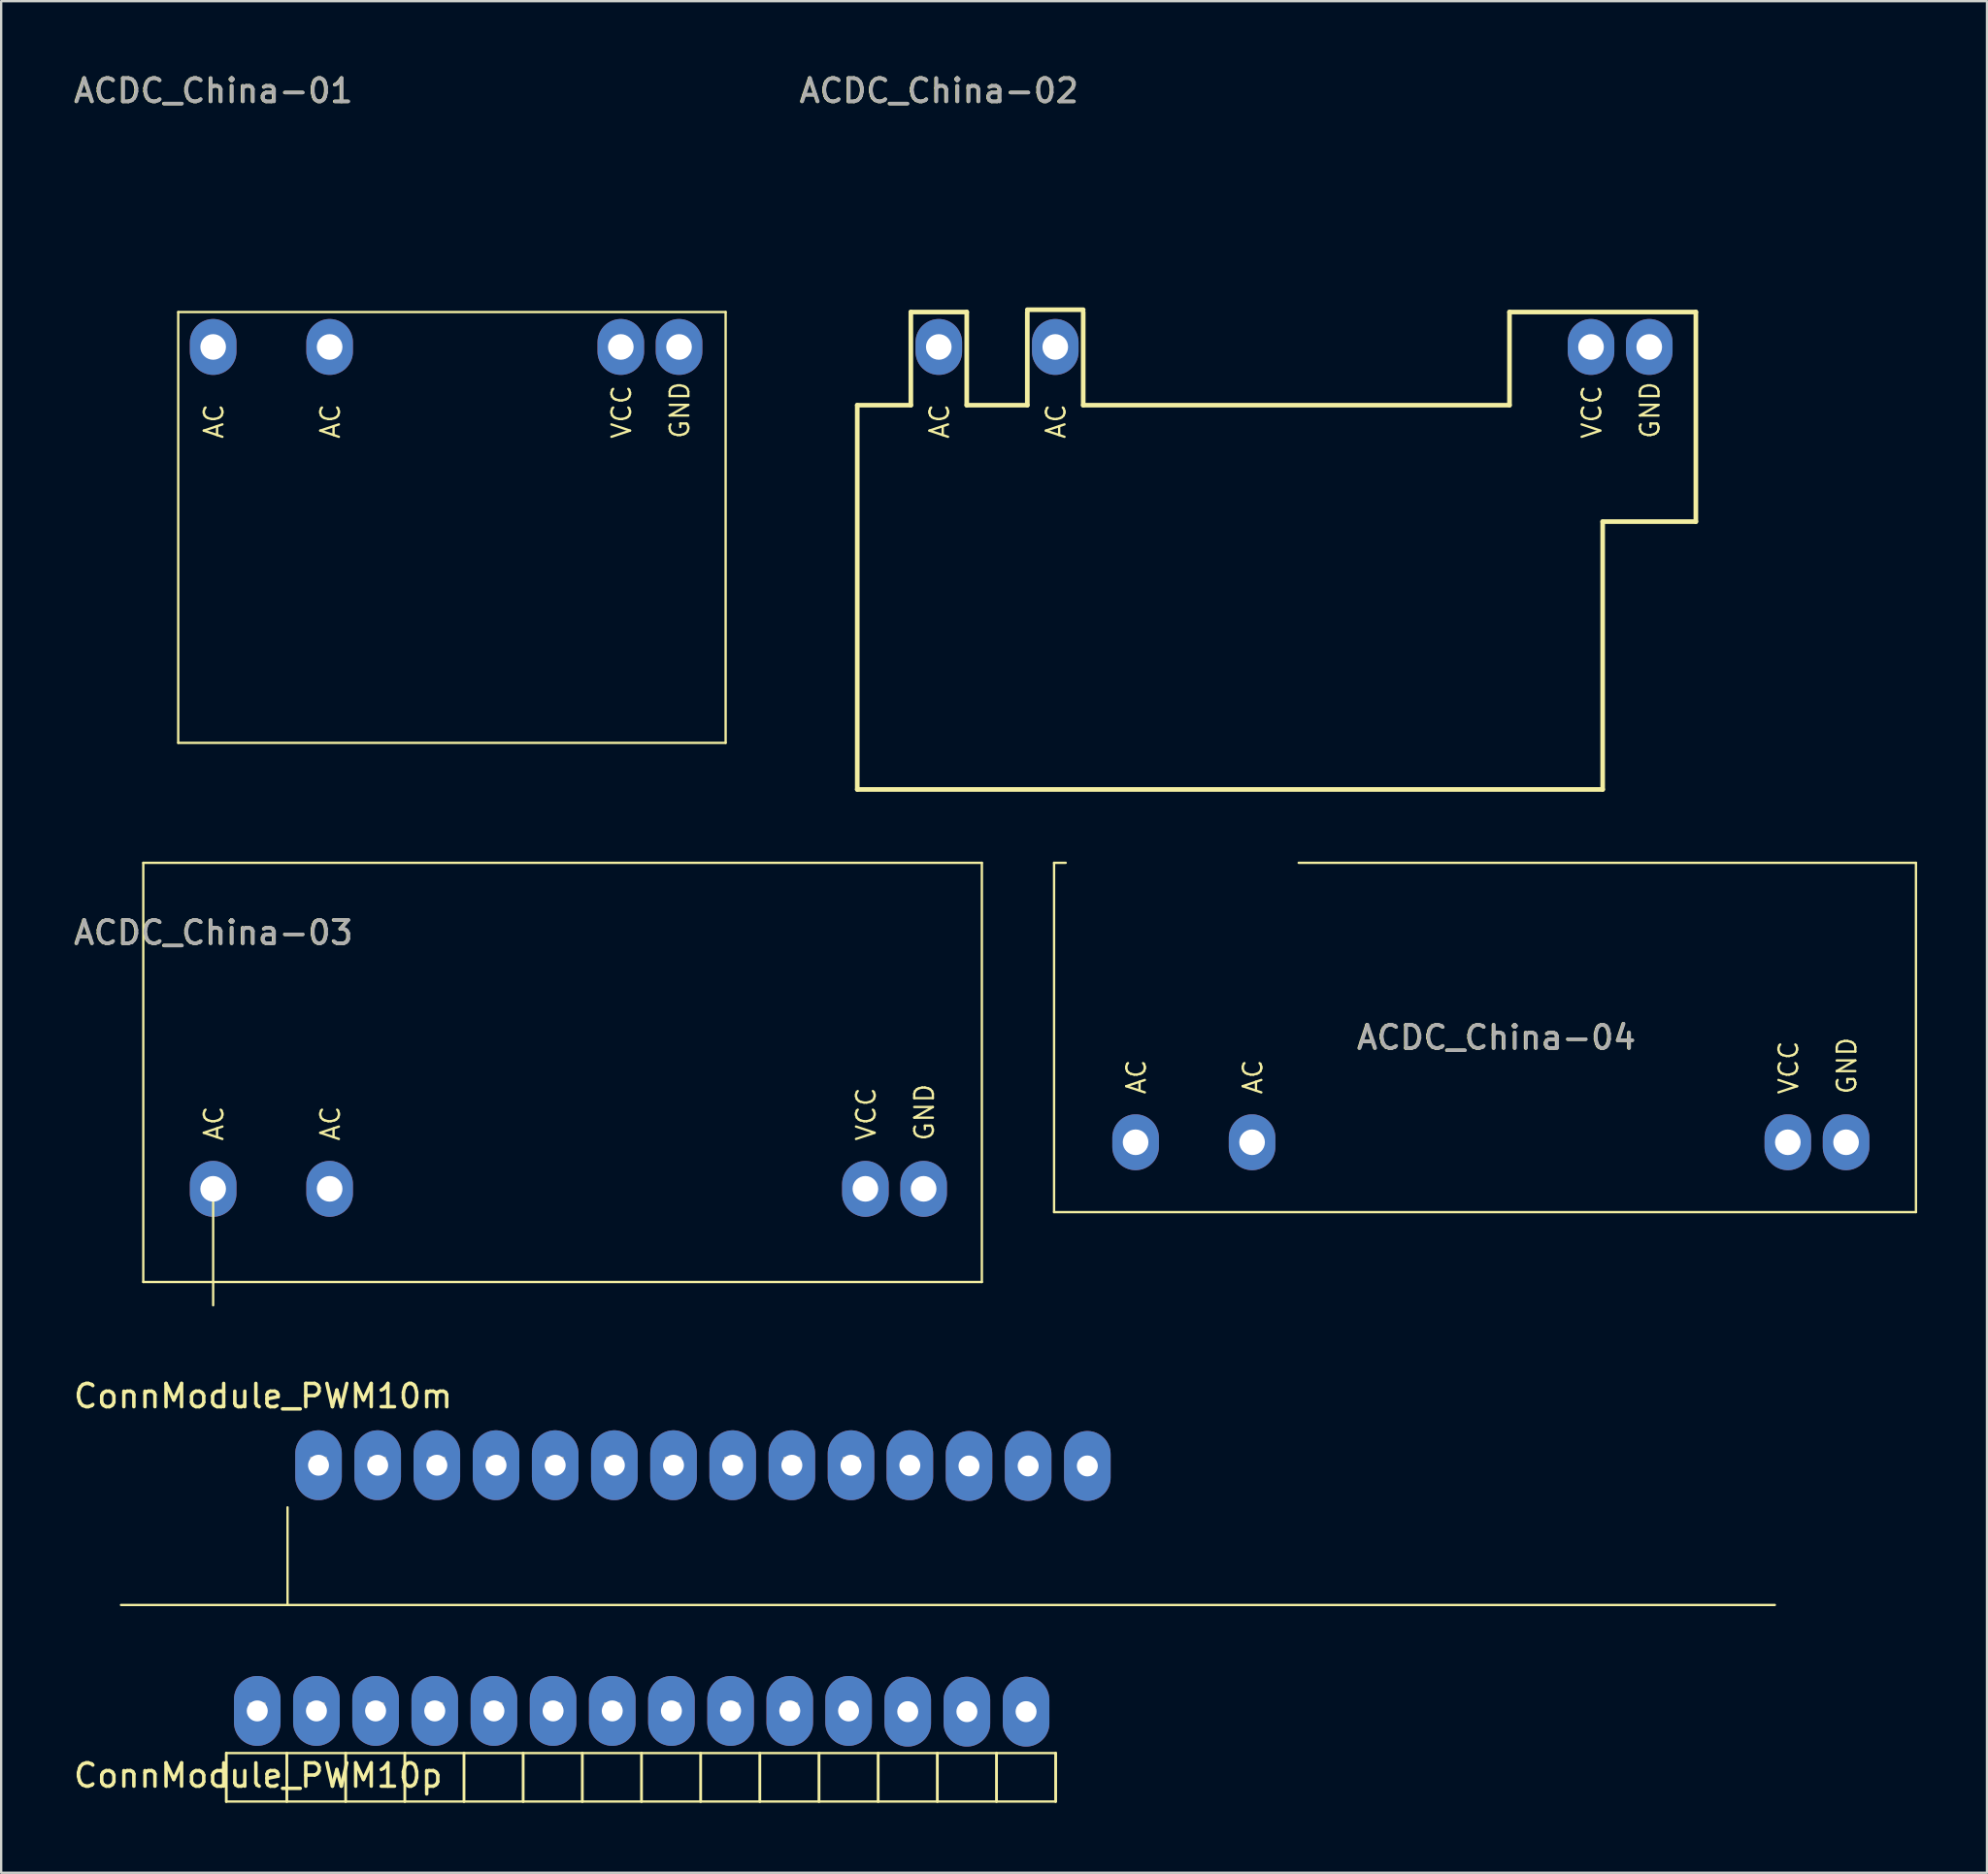
<source format=kicad_pcb>
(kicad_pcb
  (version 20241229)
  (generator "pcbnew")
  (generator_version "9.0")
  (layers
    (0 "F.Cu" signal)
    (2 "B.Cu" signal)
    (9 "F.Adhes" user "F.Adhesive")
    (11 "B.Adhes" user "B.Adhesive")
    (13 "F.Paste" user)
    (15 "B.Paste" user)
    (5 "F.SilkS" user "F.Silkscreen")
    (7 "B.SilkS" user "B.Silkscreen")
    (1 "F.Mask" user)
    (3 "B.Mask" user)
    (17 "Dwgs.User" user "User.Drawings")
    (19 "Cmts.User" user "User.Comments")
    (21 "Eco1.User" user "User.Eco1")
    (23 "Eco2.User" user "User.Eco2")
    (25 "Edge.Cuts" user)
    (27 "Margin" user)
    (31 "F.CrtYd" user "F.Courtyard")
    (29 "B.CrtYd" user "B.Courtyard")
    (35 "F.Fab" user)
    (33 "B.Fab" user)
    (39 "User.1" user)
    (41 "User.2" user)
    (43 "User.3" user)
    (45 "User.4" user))
  (footprint "ACDC_China-04"
    (layer "F.Cu")
    (at 61.201 41.498)
    (property "Reference" "ACDC_China-04" (at -0.02 0 180) (layer "F.SilkS") (effects (font (size 1 1) (thickness 0.15))))
    (attr through_hole)
    (fp_line (start -19 7.5) (end -19 -7.5) (stroke (width 0.1) (type default)) (layer "F.SilkS"))
    (fp_line (start -19 7.5) (end 18 7.5) (stroke (width 0.1) (type default)) (layer "F.SilkS"))
    (fp_line (start -18.5 -7.5) (end -19 -7.5) (stroke (width 0.1) (type default)) (layer "F.SilkS"))
    (fp_line (start -8.5 -7.5) (end 18 -7.5) (stroke (width 0.1) (type default)) (layer "F.SilkS"))
    (fp_line (start 18 -7.5) (end 18 7.5) (stroke (width 0.1) (type default)) (layer "F.SilkS"))
    (fp_text user "AC" (at -15 2.5 90) (unlocked yes) (layer "F.SilkS") (effects (font (size 0.8 0.8) (thickness 0.1)) (justify left bottom)))
    (fp_text user "GND" (at 15.5 2.5 90) (unlocked yes) (layer "F.SilkS") (effects (font (size 0.8 0.8) (thickness 0.1)) (justify left bottom)))
    (fp_text user "AC" (at -10 2.5 90) (unlocked yes) (layer "F.SilkS") (effects (font (size 0.8 0.8) (thickness 0.1)) (justify left bottom)))
    (fp_text user "VCC" (at 13 2.5 90) (unlocked yes) (layer "F.SilkS") (effects (font (size 0.8 0.8) (thickness 0.1)) (justify left bottom)))
    (fp_text user "${REFERENCE}" (at 0 0 180) (layer "F.Fab") (effects (font (size 1 1) (thickness 0.15))))
    (pad "1" thru_hole oval (at -15.5 4.5 90) (size 2.4 2) (drill 1.1) (layers "*.Cu" "*.Mask"))
    (pad "2" thru_hole oval (at -10.5 4.5 90) (size 2.4 2) (drill 1.1) (layers "*.Cu" "*.Mask"))
    (pad "3" thru_hole oval (at 12.5 4.5 90) (size 2.4 2) (drill 1.1) (layers "*.Cu" "*.Mask"))
    (pad "4" thru_hole oval (at 15 4.5 90) (size 2.4 2) (drill 1.1) (layers "*.Cu" "*.Mask")))
  (footprint "ACDC_China-02"
    (layer "F.Cu")
    (at 37.252 11.848)
    (property "Reference" "ACDC_China-02" (at 0 -11 180) (layer "F.SilkS") (effects (font (size 1 1) (thickness 0.15))))
    (attr through_hole)
    (fp_line (start -3.5 2.5) (end -3.5 19) (stroke (width 0.2) (type solid)) (layer "F.SilkS"))
    (fp_line (start -3.5 19) (end 28.5 19) (stroke (width 0.2) (type solid)) (layer "F.SilkS"))
    (fp_line (start -1.2 -1.5) (end -1.2 2.5) (stroke (width 0.2) (type solid)) (layer "F.SilkS"))
    (fp_line (start -1.2 -1.5) (end 1.2 -1.5) (stroke (width 0.2) (type solid)) (layer "F.SilkS"))
    (fp_line (start -1.2 2.5) (end -3.5 2.5) (stroke (width 0.2) (type solid)) (layer "F.SilkS"))
    (fp_line (start 1.2 -1.5) (end 1.2 2.5) (stroke (width 0.2) (type solid)) (layer "F.SilkS"))
    (fp_line (start 1.2 2.5) (end 3.8 2.5) (stroke (width 0.2) (type solid)) (layer "F.SilkS"))
    (fp_line (start 3.8 -1.6) (end 6.2 -1.6) (stroke (width 0.2) (type solid)) (layer "F.SilkS"))
    (fp_line (start 3.8 -1.5) (end 3.8 2.5) (stroke (width 0.2) (type solid)) (layer "F.SilkS"))
    (fp_line (start 6.2 -1.5) (end 6.2 2.5) (stroke (width 0.2) (type solid)) (layer "F.SilkS"))
    (fp_line (start 6.2 2.5) (end 24.5 2.5) (stroke (width 0.2) (type solid)) (layer "F.SilkS"))
    (fp_line (start 24.5 -1.5) (end 24.5 2.5) (stroke (width 0.2) (type solid)) (layer "F.SilkS"))
    (fp_line (start 28.5 7.5) (end 28.5 19) (stroke (width 0.2) (type solid)) (layer "F.SilkS"))
    (fp_line (start 28.5 7.5) (end 32.5 7.5) (stroke (width 0.2) (type solid)) (layer "F.SilkS"))
    (fp_line (start 32.5 -1.5) (end 24.5 -1.5) (stroke (width 0.2) (type solid)) (layer "F.SilkS"))
    (fp_line (start 32.5 -1.5) (end 32.5 7.5) (stroke (width 0.2) (type solid)) (layer "F.SilkS"))
    (fp_text user "GND" (at 31 4 90) (unlocked yes) (layer "F.SilkS") (effects (font (size 0.8 0.8) (thickness 0.1)) (justify left bottom)))
    (fp_text user "AC" (at 0.5 4 90) (unlocked yes) (layer "F.SilkS") (effects (font (size 0.8 0.8) (thickness 0.1)) (justify left bottom)))
    (fp_text user "VCC" (at 28.5 4 90) (unlocked yes) (layer "F.SilkS") (effects (font (size 0.8 0.8) (thickness 0.1)) (justify left bottom)))
    (fp_text user "AC" (at 5.5 4 90) (unlocked yes) (layer "F.SilkS") (effects (font (size 0.8 0.8) (thickness 0.1)) (justify left bottom)))
    (fp_text user "${REFERENCE}" (at 0.02 -11 180) (layer "F.Fab") (effects (font (size 1 1) (thickness 0.15))))
    (pad "1" thru_hole oval (at 0 0 90) (size 2.4 2) (drill 1.1) (layers "*.Cu" "*.Mask"))
    (pad "2" thru_hole oval (at 5 0 90) (size 2.4 2) (drill 1.1) (layers "*.Cu" "*.Mask"))
    (pad "3" thru_hole oval (at 28 0 90) (size 2.4 2) (drill 1.1) (layers "*.Cu" "*.Mask"))
    (pad "4" thru_hole oval (at 30.5 0 90) (size 2.4 2) (drill 1.1) (layers "*.Cu" "*.Mask")))
  (footprint "ACDC_China-01"
    (layer "F.Cu")
    (at 6.101 11.848)
    (property "Reference" "ACDC_China-01" (at 0 -11 180) (layer "F.SilkS") (effects (font (size 1 1) (thickness 0.15))))
    (attr through_hole)
    (fp_line (start -1.5 -1.5) (end -1.5 17) (stroke (width 0.1) (type default)) (layer "F.SilkS"))
    (fp_line (start -1.5 17) (end 22 17) (stroke (width 0.1) (type default)) (layer "F.SilkS"))
    (fp_line (start 22 -1.5) (end -1.5 -1.5) (stroke (width 0.1) (type default)) (layer "F.SilkS"))
    (fp_line (start 22 17) (end 22 -1.5) (stroke (width 0.1) (type default)) (layer "F.SilkS"))
    (fp_text user "AC" (at 5.5 4 90) (unlocked yes) (layer "F.SilkS") (effects (font (size 0.8 0.8) (thickness 0.1)) (justify left bottom)))
    (fp_text user "GND" (at 20.5 4 90) (unlocked yes) (layer "F.SilkS") (effects (font (size 0.8 0.8) (thickness 0.1)) (justify left bottom)))
    (fp_text user "VCC" (at 18 4 90) (unlocked yes) (layer "F.SilkS") (effects (font (size 0.8 0.8) (thickness 0.1)) (justify left bottom)))
    (fp_text user "AC" (at 0.5 4 90) (unlocked yes) (layer "F.SilkS") (effects (font (size 0.8 0.8) (thickness 0.1)) (justify left bottom)))
    (fp_text user "${REFERENCE}" (at 0.02 -11 180) (layer "F.Fab") (effects (font (size 1 1) (thickness 0.15))))
    (pad "1" thru_hole oval (at 0 0 90) (size 2.4 2) (drill 1.1) (layers "*.Cu" "*.Mask"))
    (pad "2" thru_hole oval (at 5 0 90) (size 2.4 2) (drill 1.1) (layers "*.Cu" "*.Mask"))
    (pad "3" thru_hole oval (at 17.5 0 90) (size 2.4 2) (drill 1.1) (layers "*.Cu" "*.Mask"))
    (pad "4" thru_hole oval (at 20 0 90) (size 2.4 2) (drill 1.1) (layers "*.Cu" "*.Mask")))
  (footprint "ConnModule_PWM10p"
    (layer "F.Cu")
    (at 19.409 70.447)
    (property "Reference" "ConnModule_PWM10p" (at -11.379 2.743 0) (layer "F.SilkS") (effects (font (size 1 1) (thickness 0.15))))
    (attr through_hole)
    (fp_line (start -12.745 3.861) (end -12.745 1.778) (stroke (width 0.12) (type solid)) (layer "F.SilkS"))
    (fp_line (start -12.745 3.861) (end 22.86 3.861) (stroke (width 0.1) (type default)) (layer "F.SilkS"))
    (fp_line (start -10.145 1.778) (end -10.145 3.861) (stroke (width 0.12) (type solid)) (layer "F.SilkS"))
    (fp_line (start -7.62 1.778) (end -7.62 3.861) (stroke (width 0.12) (type solid)) (layer "F.SilkS"))
    (fp_line (start -5.08 1.778) (end -5.08 3.861) (stroke (width 0.12) (type solid)) (layer "F.SilkS"))
    (fp_line (start -2.54 1.778) (end -2.54 3.861) (stroke (width 0.12) (type solid)) (layer "F.SilkS"))
    (fp_line (start 0 1.778) (end 0 3.861) (stroke (width 0.12) (type solid)) (layer "F.SilkS"))
    (fp_line (start 2.54 1.778) (end 2.54 3.861) (stroke (width 0.12) (type solid)) (layer "F.SilkS"))
    (fp_line (start 5.08 1.778) (end 5.08 3.861) (stroke (width 0.12) (type solid)) (layer "F.SilkS"))
    (fp_line (start 7.62 1.778) (end 7.62 3.861) (stroke (width 0.12) (type solid)) (layer "F.SilkS"))
    (fp_line (start 10.16 1.778) (end 10.16 3.861) (stroke (width 0.12) (type solid)) (layer "F.SilkS"))
    (fp_line (start 12.7 1.778) (end 12.7 3.861) (stroke (width 0.12) (type solid)) (layer "F.SilkS"))
    (fp_line (start 15.24 1.778) (end 15.24 3.861) (stroke (width 0.12) (type solid)) (layer "F.SilkS"))
    (fp_line (start 17.78 1.778) (end 17.78 3.861) (stroke (width 0.12) (type solid)) (layer "F.SilkS"))
    (fp_line (start 20.32 1.778) (end 20.32 3.861) (stroke (width 0.12) (type solid)) (layer "F.SilkS"))
    (fp_line (start 22.86 1.778) (end -12.745 1.778) (stroke (width 0.1) (type default)) (layer "F.SilkS"))
    (fp_line (start 22.86 1.778) (end 22.86 3.861) (stroke (width 0.12) (type solid)) (layer "F.SilkS"))
    (fp_line (start -11.735 -0.351) (end -11.095 -0.351) (stroke (width 0.1) (type solid)) (layer "F.Fab"))
    (fp_line (start -9.195 -0.351) (end -8.555 -0.351) (stroke (width 0.1) (type solid)) (layer "F.Fab"))
    (fp_line (start -6.655 -0.351) (end -6.015 -0.351) (stroke (width 0.1) (type solid)) (layer "F.Fab"))
    (fp_line (start -4.115 -0.351) (end -3.475 -0.351) (stroke (width 0.1) (type solid)) (layer "F.Fab"))
    (fp_line (start -1.575 -0.351) (end -0.935 -0.351) (stroke (width 0.1) (type solid)) (layer "F.Fab"))
    (fp_line (start 0.965 -0.351) (end 1.605 -0.351) (stroke (width 0.1) (type solid)) (layer "F.Fab"))
    (fp_line (start 3.505 -0.351) (end 4.145 -0.351) (stroke (width 0.1) (type solid)) (layer "F.Fab"))
    (fp_line (start 6.045 -0.351) (end 6.685 -0.351) (stroke (width 0.1) (type solid)) (layer "F.Fab"))
    (fp_line (start 8.585 -0.351) (end 9.225 -0.351) (stroke (width 0.1) (type solid)) (layer "F.Fab"))
    (fp_line (start 11.125 -0.351) (end 11.765 -0.351) (stroke (width 0.1) (type solid)) (layer "F.Fab"))
    (pad "1" thru_hole oval (at -11.415 -0.031 90) (size 3 2) (drill 0.9) (layers "*.Cu" "*.Mask"))
    (pad "2" thru_hole oval (at -8.875 -0.031 90) (size 3 2) (drill 0.9) (layers "*.Cu" "*.Mask"))
    (pad "3" thru_hole oval (at -6.335 -0.031 90) (size 3 2) (drill 0.9) (layers "*.Cu" "*.Mask"))
    (pad "4" thru_hole oval (at -3.795 -0.031 90) (size 3 2) (drill 0.9) (layers "*.Cu" "*.Mask"))
    (pad "5" thru_hole oval (at -1.255 -0.031 90) (size 3 2) (drill 0.9) (layers "*.Cu" "*.Mask"))
    (pad "6" thru_hole oval (at 1.285 -0.031 90) (size 3 2) (drill 0.9) (layers "*.Cu" "*.Mask"))
    (pad "7" thru_hole oval (at 3.825 -0.031 90) (size 3 2) (drill 0.9) (layers "*.Cu" "*.Mask"))
    (pad "8" thru_hole oval (at 6.365 -0.031 90) (size 3 2) (drill 0.9) (layers "*.Cu" "*.Mask"))
    (pad "9" thru_hole oval (at 8.905 -0.031 90) (size 3 2) (drill 0.9) (layers "*.Cu" "*.Mask"))
    (pad "10" thru_hole oval (at 11.445 -0.031 90) (size 3 2) (drill 0.9) (layers "*.Cu" "*.Mask"))
    (pad "11" thru_hole oval (at 13.97 -0.031 90) (size 3 2) (drill 0.9) (layers "*.Cu" "*.Mask"))
    (pad "12" thru_hole oval (at 16.51 0 90) (size 3 2) (drill 0.9) (layers "*.Cu" "*.Mask"))
    (pad "13" thru_hole oval (at 19.05 0 90) (size 3 2) (drill 0.9) (layers "*.Cu" "*.Mask"))
    (pad "14" thru_hole oval (at 21.59 0 90) (size 3 2) (drill 0.9) (layers "*.Cu" "*.Mask")))
  (footprint "ConnModule_PWM10m"
    (layer "F.Cu")
    (at 22.244 59.897)
    (property "Reference" "ConnModule_PWM10m" (at -14 -3 0) (layer "F.SilkS") (effects (font (size 1 1) (thickness 0.15))))
    (attr through_hole)
    (fp_line (start -12.95 1.778) (end -12.95 5.969) (stroke (width 0.1) (type default)) (layer "F.SilkS"))
    (fp_line (start -12.95 5.969) (end -20.1 5.969) (stroke (width 0.1) (type default)) (layer "F.SilkS"))
    (fp_line (start 50.9 5.969) (end -12.95 5.969) (stroke (width 0.1) (type default)) (layer "F.SilkS"))
    (fp_line (start -11.94 -0.351) (end -11.3 -0.351) (stroke (width 0.1) (type solid)) (layer "F.Fab"))
    (fp_line (start -9.4 -0.351) (end -8.76 -0.351) (stroke (width 0.1) (type solid)) (layer "F.Fab"))
    (fp_line (start -6.86 -0.351) (end -6.22 -0.351) (stroke (width 0.1) (type solid)) (layer "F.Fab"))
    (fp_line (start -4.32 -0.351) (end -3.68 -0.351) (stroke (width 0.1) (type solid)) (layer "F.Fab"))
    (fp_line (start -1.78 -0.351) (end -1.14 -0.351) (stroke (width 0.1) (type solid)) (layer "F.Fab"))
    (fp_line (start 0.76 -0.351) (end 1.4 -0.351) (stroke (width 0.1) (type solid)) (layer "F.Fab"))
    (fp_line (start 3.3 -0.351) (end 3.94 -0.351) (stroke (width 0.1) (type solid)) (layer "F.Fab"))
    (fp_line (start 5.84 -0.351) (end 6.48 -0.351) (stroke (width 0.1) (type solid)) (layer "F.Fab"))
    (fp_line (start 8.38 -0.351) (end 9.02 -0.351) (stroke (width 0.1) (type solid)) (layer "F.Fab"))
    (fp_line (start 10.92 -0.351) (end 11.56 -0.351) (stroke (width 0.1) (type solid)) (layer "F.Fab"))
    (pad "1" thru_hole oval (at -11.62 -0.031 90) (size 3 2) (drill 0.9) (layers "*.Cu" "*.Mask"))
    (pad "2" thru_hole oval (at -9.08 -0.031 90) (size 3 2) (drill 0.9) (layers "*.Cu" "*.Mask"))
    (pad "3" thru_hole oval (at -6.54 -0.031 90) (size 3 2) (drill 0.9) (layers "*.Cu" "*.Mask"))
    (pad "4" thru_hole oval (at -4 -0.031 90) (size 3 2) (drill 0.9) (layers "*.Cu" "*.Mask"))
    (pad "5" thru_hole oval (at -1.46 -0.031 90) (size 3 2) (drill 0.9) (layers "*.Cu" "*.Mask"))
    (pad "6" thru_hole oval (at 1.08 -0.031 90) (size 3 2) (drill 0.9) (layers "*.Cu" "*.Mask"))
    (pad "7" thru_hole oval (at 3.62 -0.031 90) (size 3 2) (drill 0.9) (layers "*.Cu" "*.Mask"))
    (pad "8" thru_hole oval (at 6.16 -0.031 90) (size 3 2) (drill 0.9) (layers "*.Cu" "*.Mask"))
    (pad "9" thru_hole oval (at 8.7 -0.031 90) (size 3 2) (drill 0.9) (layers "*.Cu" "*.Mask"))
    (pad "10" thru_hole oval (at 11.24 -0.031 90) (size 3 2) (drill 0.9) (layers "*.Cu" "*.Mask"))
    (pad "11" thru_hole oval (at 13.765 -0.031 90) (size 3 2) (drill 0.9) (layers "*.Cu" "*.Mask"))
    (pad "12" thru_hole oval (at 16.305 0 90) (size 3 2) (drill 0.9) (layers "*.Cu" "*.Mask"))
    (pad "13" thru_hole oval (at 18.845 0 90) (size 3 2) (drill 0.9) (layers "*.Cu" "*.Mask"))
    (pad "14" thru_hole oval (at 21.385 0 90) (size 3 2) (drill 0.9) (layers "*.Cu" "*.Mask")))
  (footprint "ACDC_China-03"
    (layer "F.Cu")
    (at 6.101 47.998)
    (property "Reference" "ACDC_China-03" (at 0 -11 180) (layer "F.SilkS") (effects (font (size 1 1) (thickness 0.15))))
    (attr through_hole)
    (fp_line (start -3 -14) (end 33 -14) (stroke (width 0.1) (type default)) (layer "F.SilkS"))
    (fp_line (start -3 4) (end -3 -14) (stroke (width 0.1) (type default)) (layer "F.SilkS"))
    (fp_line (start -3 4) (end 33 4) (stroke (width 0.1) (type default)) (layer "F.SilkS"))
    (fp_line (start 0 0) (end 0 5) (stroke (width 0.1) (type default)) (layer "F.SilkS"))
    (fp_line (start 33 -14) (end 33 4) (stroke (width 0.1) (type default)) (layer "F.SilkS"))
    (fp_text user "GND" (at 31 -2 90) (unlocked yes) (layer "F.SilkS") (effects (font (size 0.8 0.8) (thickness 0.1)) (justify left bottom)))
    (fp_text user "VCC" (at 28.5 -2 90) (unlocked yes) (layer "F.SilkS") (effects (font (size 0.8 0.8) (thickness 0.1)) (justify left bottom)))
    (fp_text user "AC" (at 0.5 -2 90) (unlocked yes) (layer "F.SilkS") (effects (font (size 0.8 0.8) (thickness 0.1)) (justify left bottom)))
    (fp_text user "AC" (at 5.5 -2 90) (unlocked yes) (layer "F.SilkS") (effects (font (size 0.8 0.8) (thickness 0.1)) (justify left bottom)))
    (fp_text user "${REFERENCE}" (at 0.02 -11 180) (layer "F.Fab") (effects (font (size 1 1) (thickness 0.15))))
    (pad "1" thru_hole oval (at 0 0 90) (size 2.4 2) (drill 1.1) (layers "*.Cu" "*.Mask"))
    (pad "2" thru_hole oval (at 5 0 90) (size 2.4 2) (drill 1.1) (layers "*.Cu" "*.Mask"))
    (pad "3" thru_hole oval (at 28 0 90) (size 2.4 2) (drill 1.1) (layers "*.Cu" "*.Mask"))
    (pad "4" thru_hole oval (at 30.5 0 90) (size 2.4 2) (drill 1.1) (layers "*.Cu" "*.Mask")))
  (gr_rect
    (start -3 -3)
    (end 82.251 77.367)
    (stroke (width 0.1) (type default))
    (fill no)
    (layer "Edge.Cuts")))
</source>
